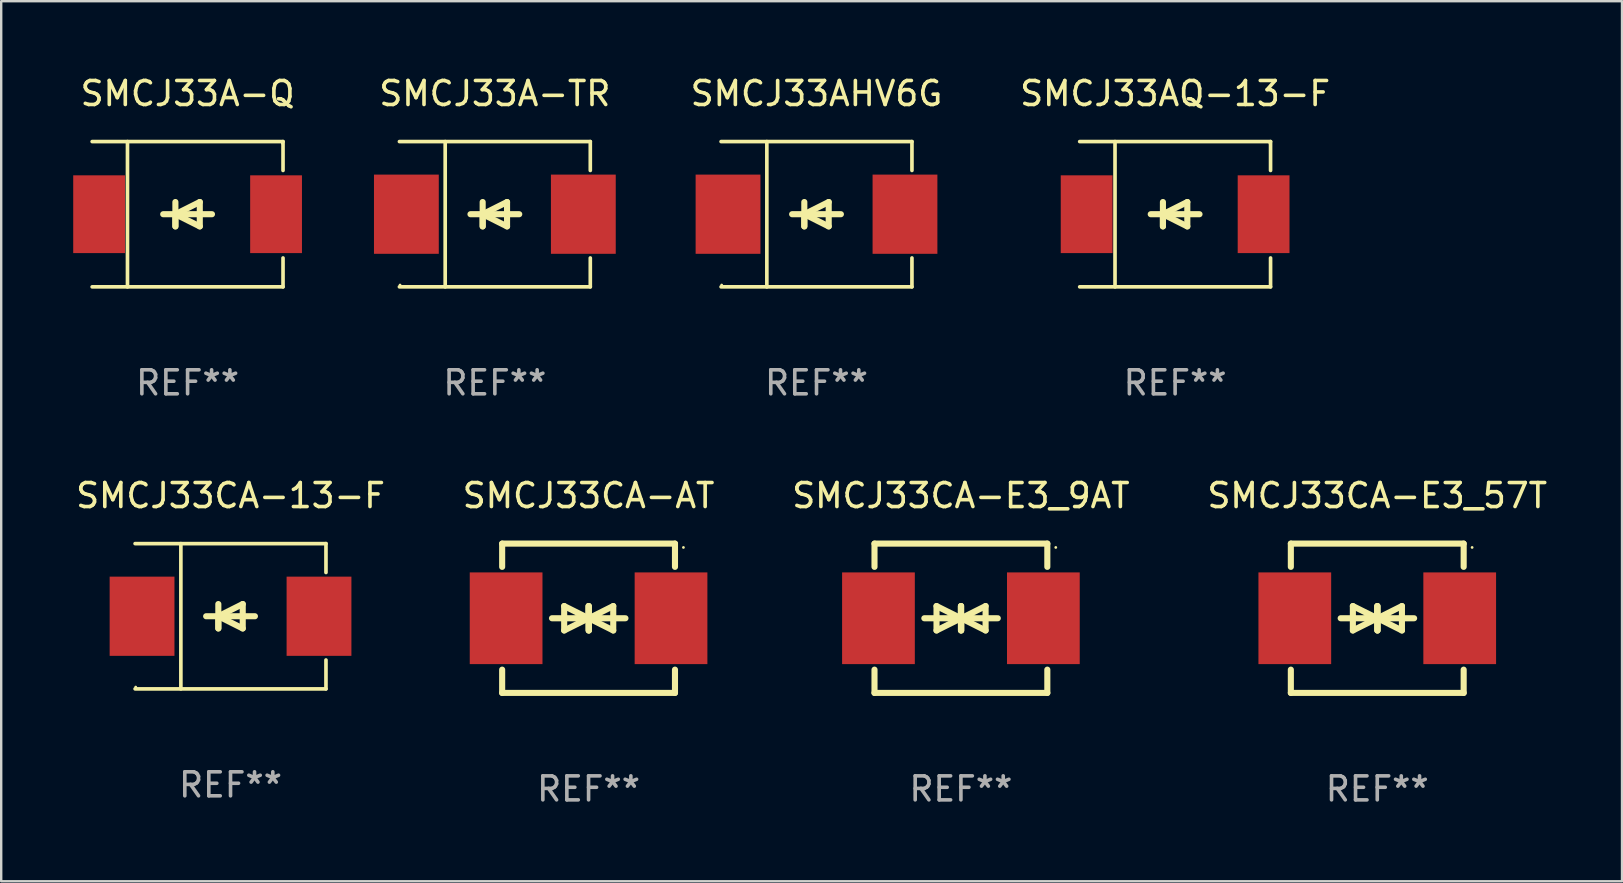
<source format=kicad_pcb>
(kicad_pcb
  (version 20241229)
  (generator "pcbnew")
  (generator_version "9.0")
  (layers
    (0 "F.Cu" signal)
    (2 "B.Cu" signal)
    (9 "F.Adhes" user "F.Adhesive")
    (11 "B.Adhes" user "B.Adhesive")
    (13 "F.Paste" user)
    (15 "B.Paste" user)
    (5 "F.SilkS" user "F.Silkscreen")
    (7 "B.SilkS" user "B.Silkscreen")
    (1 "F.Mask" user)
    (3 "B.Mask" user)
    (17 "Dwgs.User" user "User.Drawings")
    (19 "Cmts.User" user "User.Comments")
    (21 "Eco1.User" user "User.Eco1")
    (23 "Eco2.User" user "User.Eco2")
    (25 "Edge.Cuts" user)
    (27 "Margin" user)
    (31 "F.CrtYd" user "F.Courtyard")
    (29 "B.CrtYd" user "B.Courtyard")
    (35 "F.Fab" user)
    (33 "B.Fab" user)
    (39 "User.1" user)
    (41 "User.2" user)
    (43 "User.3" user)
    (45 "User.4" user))
  (footprint "SMCJ33AHV6G"
    (layer "F.Cu")
    (at 30.966 5.874)
    (property "Reference" "SMCJ33AHV6G" (at 0 -5.026 0) (layer "F.SilkS") (effects (font (size 1 1) (thickness 0.15))))
    (attr through_hole)
    (fp_line (start -3.976 -3.026) (end 3.976 -3.026) (stroke (width 0.152) (type solid)) (layer "F.SilkS"))
    (fp_line (start -3.976 3.026) (end 3.976 3.026) (stroke (width 0.152) (type solid)) (layer "F.SilkS"))
    (fp_line (start -2.069 -3.026) (end -2.069 3.026) (stroke (width 0.152) (type solid)) (layer "F.SilkS"))
    (fp_line (start -0.508 0) (end -0.508 0.508) (stroke (width 0.254) (type solid)) (layer "F.SilkS"))
    (fp_line (start -0.508 0) (end 0.508 0.508) (stroke (width 0.254) (type solid)) (layer "F.SilkS"))
    (fp_line (start -0.508 0.508) (end -0.508 -0.508) (stroke (width 0.254) (type solid)) (layer "F.SilkS"))
    (fp_line (start 0.508 -0.508) (end -0.508 0) (stroke (width 0.254) (type solid)) (layer "F.SilkS"))
    (fp_line (start 0.508 0.508) (end 0.508 -0.508) (stroke (width 0.254) (type solid)) (layer "F.SilkS"))
    (fp_line (start 1.016 0) (end -1.016 0) (stroke (width 0.254) (type solid)) (layer "F.SilkS"))
    (fp_line (start 3.976 -3.026) (end 3.976 -1.823) (stroke (width 0.152) (type solid)) (layer "F.SilkS"))
    (fp_line (start 3.976 3.026) (end 3.976 1.823) (stroke (width 0.152) (type solid)) (layer "F.SilkS"))
    (fp_circle (center -3.95 2.95) (end -3.92 2.95) (stroke (width 0.06) (type solid)) (fill no) (layer "F.SilkS"))
    (fp_text user "REF**" (at 0 7.026 0) (layer "F.Fab") (effects (font (size 1 1) (thickness 0.15))))
    (pad "1" smd rect (at -3.686 0) (size 2.7 3.3) (layers "F.Cu" "F.Mask" "F.Paste"))
    (pad "2" smd rect (at 3.686 0) (size 2.7 3.3) (layers "F.Cu" "F.Mask" "F.Paste")))
  (footprint "SMCJ33CA-E3_57T"
    (layer "F.Cu")
    (at 54.327 22.707)
    (property "Reference" "SMCJ33CA-E3_57T" (at 0 -5.11 0) (layer "F.SilkS") (effects (font (size 1 1) (thickness 0.15))))
    (attr through_hole)
    (fp_line (start -3.6 -2.141) (end -3.6 -3.11) (stroke (width 0.254) (type solid)) (layer "F.SilkS"))
    (fp_line (start -3.6 3.11) (end -3.6 2.141) (stroke (width 0.254) (type solid)) (layer "F.SilkS"))
    (fp_line (start -1.524 0) (end 0.508 0) (stroke (width 0.254) (type solid)) (layer "F.SilkS"))
    (fp_line (start -1.016 -0.508) (end -1.016 0.508) (stroke (width 0.254) (type solid)) (layer "F.SilkS"))
    (fp_line (start -1.016 0.508) (end 0 0) (stroke (width 0.254) (type solid)) (layer "F.SilkS"))
    (fp_line (start 0 -0.508) (end 0 0.508) (stroke (width 0.254) (type solid)) (layer "F.SilkS"))
    (fp_line (start 0 0) (end -1.016 -0.508) (stroke (width 0.254) (type solid)) (layer "F.SilkS"))
    (fp_line (start 0 0) (end 0 -0.508) (stroke (width 0.254) (type solid)) (layer "F.SilkS"))
    (fp_line (start 0.012 0) (end 0.012 0.508) (stroke (width 0.254) (type solid)) (layer "F.SilkS"))
    (fp_line (start 0.012 0) (end 1.028 0.508) (stroke (width 0.254) (type solid)) (layer "F.SilkS"))
    (fp_line (start 0.012 0.508) (end 0.012 -0.508) (stroke (width 0.254) (type solid)) (layer "F.SilkS"))
    (fp_line (start 1.028 -0.508) (end 0.012 0) (stroke (width 0.254) (type solid)) (layer "F.SilkS"))
    (fp_line (start 1.028 0.508) (end 1.028 -0.508) (stroke (width 0.254) (type solid)) (layer "F.SilkS"))
    (fp_line (start 1.536 0) (end -0.496 0) (stroke (width 0.254) (type solid)) (layer "F.SilkS"))
    (fp_line (start 3.6 -3.11) (end -3.6 -3.11) (stroke (width 0.254) (type solid)) (layer "F.SilkS"))
    (fp_line (start 3.6 -2.141) (end 3.6 -3.11) (stroke (width 0.254) (type solid)) (layer "F.SilkS"))
    (fp_line (start 3.6 3.11) (end -3.6 3.11) (stroke (width 0.254) (type solid)) (layer "F.SilkS"))
    (fp_line (start 3.6 3.11) (end 3.6 2.141) (stroke (width 0.254) (type solid)) (layer "F.SilkS"))
    (fp_circle (center 3.952 -2.95) (end 3.982 -2.95) (stroke (width 0.06) (type solid)) (fill no) (layer "F.SilkS"))
    (fp_text user "REF**" (at 0 7.11 0) (layer "F.Fab") (effects (font (size 1 1) (thickness 0.15))))
    (pad "1" smd rect (at 3.435 0) (size 3.03 3.82) (layers "F.Cu" "F.Mask" "F.Paste"))
    (pad "2" smd rect (at -3.435 0) (size 3.03 3.82) (layers "F.Cu" "F.Mask" "F.Paste")))
  (footprint "SMCJ33A-Q"
    (layer "F.Cu")
    (at 4.765 5.874)
    (property "Reference" "SMCJ33A-Q" (at 0 -5.026 0) (layer "F.SilkS") (effects (font (size 1 1) (thickness 0.15))))
    (attr through_hole)
    (fp_line (start -3.976 -3.026) (end 3.976 -3.026) (stroke (width 0.152) (type solid)) (layer "F.SilkS"))
    (fp_line (start -3.976 3.026) (end 3.976 3.026) (stroke (width 0.152) (type solid)) (layer "F.SilkS"))
    (fp_line (start -2.504 -3.026) (end -2.504 3.026) (stroke (width 0.152) (type solid)) (layer "F.SilkS"))
    (fp_line (start -0.508 0) (end -0.508 0.508) (stroke (width 0.254) (type solid)) (layer "F.SilkS"))
    (fp_line (start -0.508 0) (end 0.508 0.508) (stroke (width 0.254) (type solid)) (layer "F.SilkS"))
    (fp_line (start -0.508 0.508) (end -0.508 -0.508) (stroke (width 0.254) (type solid)) (layer "F.SilkS"))
    (fp_line (start 0.508 -0.508) (end -0.508 0) (stroke (width 0.254) (type solid)) (layer "F.SilkS"))
    (fp_line (start 0.508 0.508) (end 0.508 -0.508) (stroke (width 0.254) (type solid)) (layer "F.SilkS"))
    (fp_line (start 1.016 0) (end -1.016 0) (stroke (width 0.254) (type solid)) (layer "F.SilkS"))
    (fp_line (start 3.976 -3.026) (end 3.976 -1.823) (stroke (width 0.152) (type solid)) (layer "F.SilkS"))
    (fp_line (start 3.976 3.026) (end 3.976 1.823) (stroke (width 0.152) (type solid)) (layer "F.SilkS"))
    (fp_circle (center 3.95 -2.95) (end 3.98 -2.95) (stroke (width 0.06) (type solid)) (fill no) (layer "F.SilkS"))
    (fp_text user "REF**" (at 0 7.026 0) (layer "F.Fab") (effects (font (size 1 1) (thickness 0.15))))
    (pad "1" smd rect (at 3.686 0 180) (size 2.158 3.24) (layers "F.Cu" "F.Mask" "F.Paste"))
    (pad "2" smd rect (at -3.686 0 180) (size 2.158 3.24) (layers "F.Cu" "F.Mask" "F.Paste")))
  (footprint "SMCJ33CA-AT"
    (layer "F.Cu")
    (at 21.47 22.707)
    (property "Reference" "SMCJ33CA-AT" (at 0 -5.11 0) (layer "F.SilkS") (effects (font (size 1 1) (thickness 0.15))))
    (attr through_hole)
    (fp_line (start -3.6 -2.141) (end -3.6 -3.11) (stroke (width 0.254) (type solid)) (layer "F.SilkS"))
    (fp_line (start -3.6 3.11) (end -3.6 2.141) (stroke (width 0.254) (type solid)) (layer "F.SilkS"))
    (fp_line (start -1.524 0) (end 0.508 0) (stroke (width 0.254) (type solid)) (layer "F.SilkS"))
    (fp_line (start -1.016 -0.508) (end -1.016 0.508) (stroke (width 0.254) (type solid)) (layer "F.SilkS"))
    (fp_line (start -1.016 0.508) (end 0 0) (stroke (width 0.254) (type solid)) (layer "F.SilkS"))
    (fp_line (start 0 -0.508) (end 0 0.508) (stroke (width 0.254) (type solid)) (layer "F.SilkS"))
    (fp_line (start 0 0) (end -1.016 -0.508) (stroke (width 0.254) (type solid)) (layer "F.SilkS"))
    (fp_line (start 0 0) (end 0 -0.508) (stroke (width 0.254) (type solid)) (layer "F.SilkS"))
    (fp_line (start 0.012 0) (end 0.012 0.508) (stroke (width 0.254) (type solid)) (layer "F.SilkS"))
    (fp_line (start 0.012 0) (end 1.028 0.508) (stroke (width 0.254) (type solid)) (layer "F.SilkS"))
    (fp_line (start 0.012 0.508) (end 0.012 -0.508) (stroke (width 0.254) (type solid)) (layer "F.SilkS"))
    (fp_line (start 1.028 -0.508) (end 0.012 0) (stroke (width 0.254) (type solid)) (layer "F.SilkS"))
    (fp_line (start 1.028 0.508) (end 1.028 -0.508) (stroke (width 0.254) (type solid)) (layer "F.SilkS"))
    (fp_line (start 1.536 0) (end -0.496 0) (stroke (width 0.254) (type solid)) (layer "F.SilkS"))
    (fp_line (start 3.6 -3.11) (end -3.6 -3.11) (stroke (width 0.254) (type solid)) (layer "F.SilkS"))
    (fp_line (start 3.6 -2.141) (end 3.6 -3.11) (stroke (width 0.254) (type solid)) (layer "F.SilkS"))
    (fp_line (start 3.6 3.11) (end -3.6 3.11) (stroke (width 0.254) (type solid)) (layer "F.SilkS"))
    (fp_line (start 3.6 3.11) (end 3.6 2.141) (stroke (width 0.254) (type solid)) (layer "F.SilkS"))
    (fp_circle (center 3.952 -2.95) (end 3.982 -2.95) (stroke (width 0.06) (type solid)) (fill no) (layer "F.SilkS"))
    (fp_text user "REF**" (at 0 7.11 0) (layer "F.Fab") (effects (font (size 1 1) (thickness 0.15))))
    (pad "1" smd rect (at 3.435 0) (size 3.03 3.82) (layers "F.Cu" "F.Mask" "F.Paste"))
    (pad "2" smd rect (at -3.435 0) (size 3.03 3.82) (layers "F.Cu" "F.Mask" "F.Paste")))
  (footprint "SMCJ33CA-13-F"
    (layer "F.Cu")
    (at 6.554 22.623)
    (property "Reference" "SMCJ33CA-13-F" (at 0 -5.026 0) (layer "F.SilkS") (effects (font (size 1 1) (thickness 0.15))))
    (attr through_hole)
    (fp_line (start -3.976 -3.026) (end 3.976 -3.026) (stroke (width 0.152) (type solid)) (layer "F.SilkS"))
    (fp_line (start -3.976 3.026) (end 3.976 3.026) (stroke (width 0.152) (type solid)) (layer "F.SilkS"))
    (fp_line (start -2.069 -3.026) (end -2.069 3.026) (stroke (width 0.152) (type solid)) (layer "F.SilkS"))
    (fp_line (start -0.508 0) (end -0.508 0.508) (stroke (width 0.254) (type solid)) (layer "F.SilkS"))
    (fp_line (start -0.508 0) (end 0.508 0.508) (stroke (width 0.254) (type solid)) (layer "F.SilkS"))
    (fp_line (start -0.508 0.508) (end -0.508 -0.508) (stroke (width 0.254) (type solid)) (layer "F.SilkS"))
    (fp_line (start 0.508 -0.508) (end -0.508 0) (stroke (width 0.254) (type solid)) (layer "F.SilkS"))
    (fp_line (start 0.508 0.508) (end 0.508 -0.508) (stroke (width 0.254) (type solid)) (layer "F.SilkS"))
    (fp_line (start 1.016 0) (end -1.016 0) (stroke (width 0.254) (type solid)) (layer "F.SilkS"))
    (fp_line (start 3.976 -3.026) (end 3.976 -1.823) (stroke (width 0.152) (type solid)) (layer "F.SilkS"))
    (fp_line (start 3.976 3.026) (end 3.976 1.823) (stroke (width 0.152) (type solid)) (layer "F.SilkS"))
    (fp_circle (center -3.95 2.95) (end -3.92 2.95) (stroke (width 0.06) (type solid)) (fill no) (layer "F.SilkS"))
    (fp_text user "REF**" (at 0 7.026 0) (layer "F.Fab") (effects (font (size 1 1) (thickness 0.15))))
    (pad "1" smd rect (at -3.686 0) (size 2.7 3.3) (layers "F.Cu" "F.Mask" "F.Paste"))
    (pad "2" smd rect (at 3.686 0) (size 2.7 3.3) (layers "F.Cu" "F.Mask" "F.Paste")))
  (footprint "SMCJ33AQ-13-F"
    (layer "F.Cu")
    (at 45.906 5.874)
    (property "Reference" "SMCJ33AQ-13-F" (at 0 -5.026 0) (layer "F.SilkS") (effects (font (size 1 1) (thickness 0.15))))
    (attr through_hole)
    (fp_line (start -3.976 -3.026) (end 3.976 -3.026) (stroke (width 0.152) (type solid)) (layer "F.SilkS"))
    (fp_line (start -3.976 3.026) (end 3.976 3.026) (stroke (width 0.152) (type solid)) (layer "F.SilkS"))
    (fp_line (start -2.504 -3.026) (end -2.504 3.026) (stroke (width 0.152) (type solid)) (layer "F.SilkS"))
    (fp_line (start -0.508 0) (end -0.508 0.508) (stroke (width 0.254) (type solid)) (layer "F.SilkS"))
    (fp_line (start -0.508 0) (end 0.508 0.508) (stroke (width 0.254) (type solid)) (layer "F.SilkS"))
    (fp_line (start -0.508 0.508) (end -0.508 -0.508) (stroke (width 0.254) (type solid)) (layer "F.SilkS"))
    (fp_line (start 0.508 -0.508) (end -0.508 0) (stroke (width 0.254) (type solid)) (layer "F.SilkS"))
    (fp_line (start 0.508 0.508) (end 0.508 -0.508) (stroke (width 0.254) (type solid)) (layer "F.SilkS"))
    (fp_line (start 1.016 0) (end -1.016 0) (stroke (width 0.254) (type solid)) (layer "F.SilkS"))
    (fp_line (start 3.976 -3.026) (end 3.976 -1.823) (stroke (width 0.152) (type solid)) (layer "F.SilkS"))
    (fp_line (start 3.976 3.026) (end 3.976 1.823) (stroke (width 0.152) (type solid)) (layer "F.SilkS"))
    (fp_circle (center 3.95 -2.95) (end 3.98 -2.95) (stroke (width 0.06) (type solid)) (fill no) (layer "F.SilkS"))
    (fp_text user "REF**" (at 0 7.026 0) (layer "F.Fab") (effects (font (size 1 1) (thickness 0.15))))
    (pad "1" smd rect (at 3.686 0 180) (size 2.158 3.24) (layers "F.Cu" "F.Mask" "F.Paste"))
    (pad "2" smd rect (at -3.686 0 180) (size 2.158 3.24) (layers "F.Cu" "F.Mask" "F.Paste")))
  (footprint "SMCJ33A-TR"
    (layer "F.Cu")
    (at 17.566 5.874)
    (property "Reference" "SMCJ33A-TR" (at 0 -5.026 0) (layer "F.SilkS") (effects (font (size 1 1) (thickness 0.15))))
    (attr through_hole)
    (fp_line (start -3.976 -3.026) (end 3.976 -3.026) (stroke (width 0.152) (type solid)) (layer "F.SilkS"))
    (fp_line (start -3.976 3.026) (end 3.976 3.026) (stroke (width 0.152) (type solid)) (layer "F.SilkS"))
    (fp_line (start -2.069 -3.026) (end -2.069 3.026) (stroke (width 0.152) (type solid)) (layer "F.SilkS"))
    (fp_line (start -0.508 0) (end -0.508 0.508) (stroke (width 0.254) (type solid)) (layer "F.SilkS"))
    (fp_line (start -0.508 0) (end 0.508 0.508) (stroke (width 0.254) (type solid)) (layer "F.SilkS"))
    (fp_line (start -0.508 0.508) (end -0.508 -0.508) (stroke (width 0.254) (type solid)) (layer "F.SilkS"))
    (fp_line (start 0.508 -0.508) (end -0.508 0) (stroke (width 0.254) (type solid)) (layer "F.SilkS"))
    (fp_line (start 0.508 0.508) (end 0.508 -0.508) (stroke (width 0.254) (type solid)) (layer "F.SilkS"))
    (fp_line (start 1.016 0) (end -1.016 0) (stroke (width 0.254) (type solid)) (layer "F.SilkS"))
    (fp_line (start 3.976 -3.026) (end 3.976 -1.823) (stroke (width 0.152) (type solid)) (layer "F.SilkS"))
    (fp_line (start 3.976 3.026) (end 3.976 1.823) (stroke (width 0.152) (type solid)) (layer "F.SilkS"))
    (fp_circle (center -3.95 2.95) (end -3.92 2.95) (stroke (width 0.06) (type solid)) (fill no) (layer "F.SilkS"))
    (fp_text user "REF**" (at 0 7.026 0) (layer "F.Fab") (effects (font (size 1 1) (thickness 0.15))))
    (pad "1" smd rect (at -3.686 0) (size 2.7 3.3) (layers "F.Cu" "F.Mask" "F.Paste"))
    (pad "2" smd rect (at 3.686 0) (size 2.7 3.3) (layers "F.Cu" "F.Mask" "F.Paste")))
  (footprint "SMCJ33CA-E3_9AT"
    (layer "F.Cu")
    (at 36.982 22.707)
    (property "Reference" "SMCJ33CA-E3_9AT" (at 0 -5.11 0) (layer "F.SilkS") (effects (font (size 1 1) (thickness 0.15))))
    (attr through_hole)
    (fp_line (start -3.6 -2.141) (end -3.6 -3.11) (stroke (width 0.254) (type solid)) (layer "F.SilkS"))
    (fp_line (start -3.6 3.11) (end -3.6 2.141) (stroke (width 0.254) (type solid)) (layer "F.SilkS"))
    (fp_line (start -1.524 0) (end 0.508 0) (stroke (width 0.254) (type solid)) (layer "F.SilkS"))
    (fp_line (start -1.016 -0.508) (end -1.016 0.508) (stroke (width 0.254) (type solid)) (layer "F.SilkS"))
    (fp_line (start -1.016 0.508) (end 0 0) (stroke (width 0.254) (type solid)) (layer "F.SilkS"))
    (fp_line (start 0 -0.508) (end 0 0.508) (stroke (width 0.254) (type solid)) (layer "F.SilkS"))
    (fp_line (start 0 0) (end -1.016 -0.508) (stroke (width 0.254) (type solid)) (layer "F.SilkS"))
    (fp_line (start 0 0) (end 0 -0.508) (stroke (width 0.254) (type solid)) (layer "F.SilkS"))
    (fp_line (start 0.012 0) (end 0.012 0.508) (stroke (width 0.254) (type solid)) (layer "F.SilkS"))
    (fp_line (start 0.012 0) (end 1.028 0.508) (stroke (width 0.254) (type solid)) (layer "F.SilkS"))
    (fp_line (start 0.012 0.508) (end 0.012 -0.508) (stroke (width 0.254) (type solid)) (layer "F.SilkS"))
    (fp_line (start 1.028 -0.508) (end 0.012 0) (stroke (width 0.254) (type solid)) (layer "F.SilkS"))
    (fp_line (start 1.028 0.508) (end 1.028 -0.508) (stroke (width 0.254) (type solid)) (layer "F.SilkS"))
    (fp_line (start 1.536 0) (end -0.496 0) (stroke (width 0.254) (type solid)) (layer "F.SilkS"))
    (fp_line (start 3.6 -3.11) (end -3.6 -3.11) (stroke (width 0.254) (type solid)) (layer "F.SilkS"))
    (fp_line (start 3.6 -2.141) (end 3.6 -3.11) (stroke (width 0.254) (type solid)) (layer "F.SilkS"))
    (fp_line (start 3.6 3.11) (end -3.6 3.11) (stroke (width 0.254) (type solid)) (layer "F.SilkS"))
    (fp_line (start 3.6 3.11) (end 3.6 2.141) (stroke (width 0.254) (type solid)) (layer "F.SilkS"))
    (fp_circle (center 3.952 -2.95) (end 3.982 -2.95) (stroke (width 0.06) (type solid)) (fill no) (layer "F.SilkS"))
    (fp_text user "REF**" (at 0 7.11 0) (layer "F.Fab") (effects (font (size 1 1) (thickness 0.15))))
    (pad "1" smd rect (at 3.435 0) (size 3.03 3.82) (layers "F.Cu" "F.Mask" "F.Paste"))
    (pad "2" smd rect (at -3.435 0) (size 3.03 3.82) (layers "F.Cu" "F.Mask" "F.Paste")))
  (gr_rect
    (start -3 -3)
    (end 64.524 33.665)
    (stroke (width 0.1) (type default))
    (fill no)
    (layer "Edge.Cuts")))
</source>
